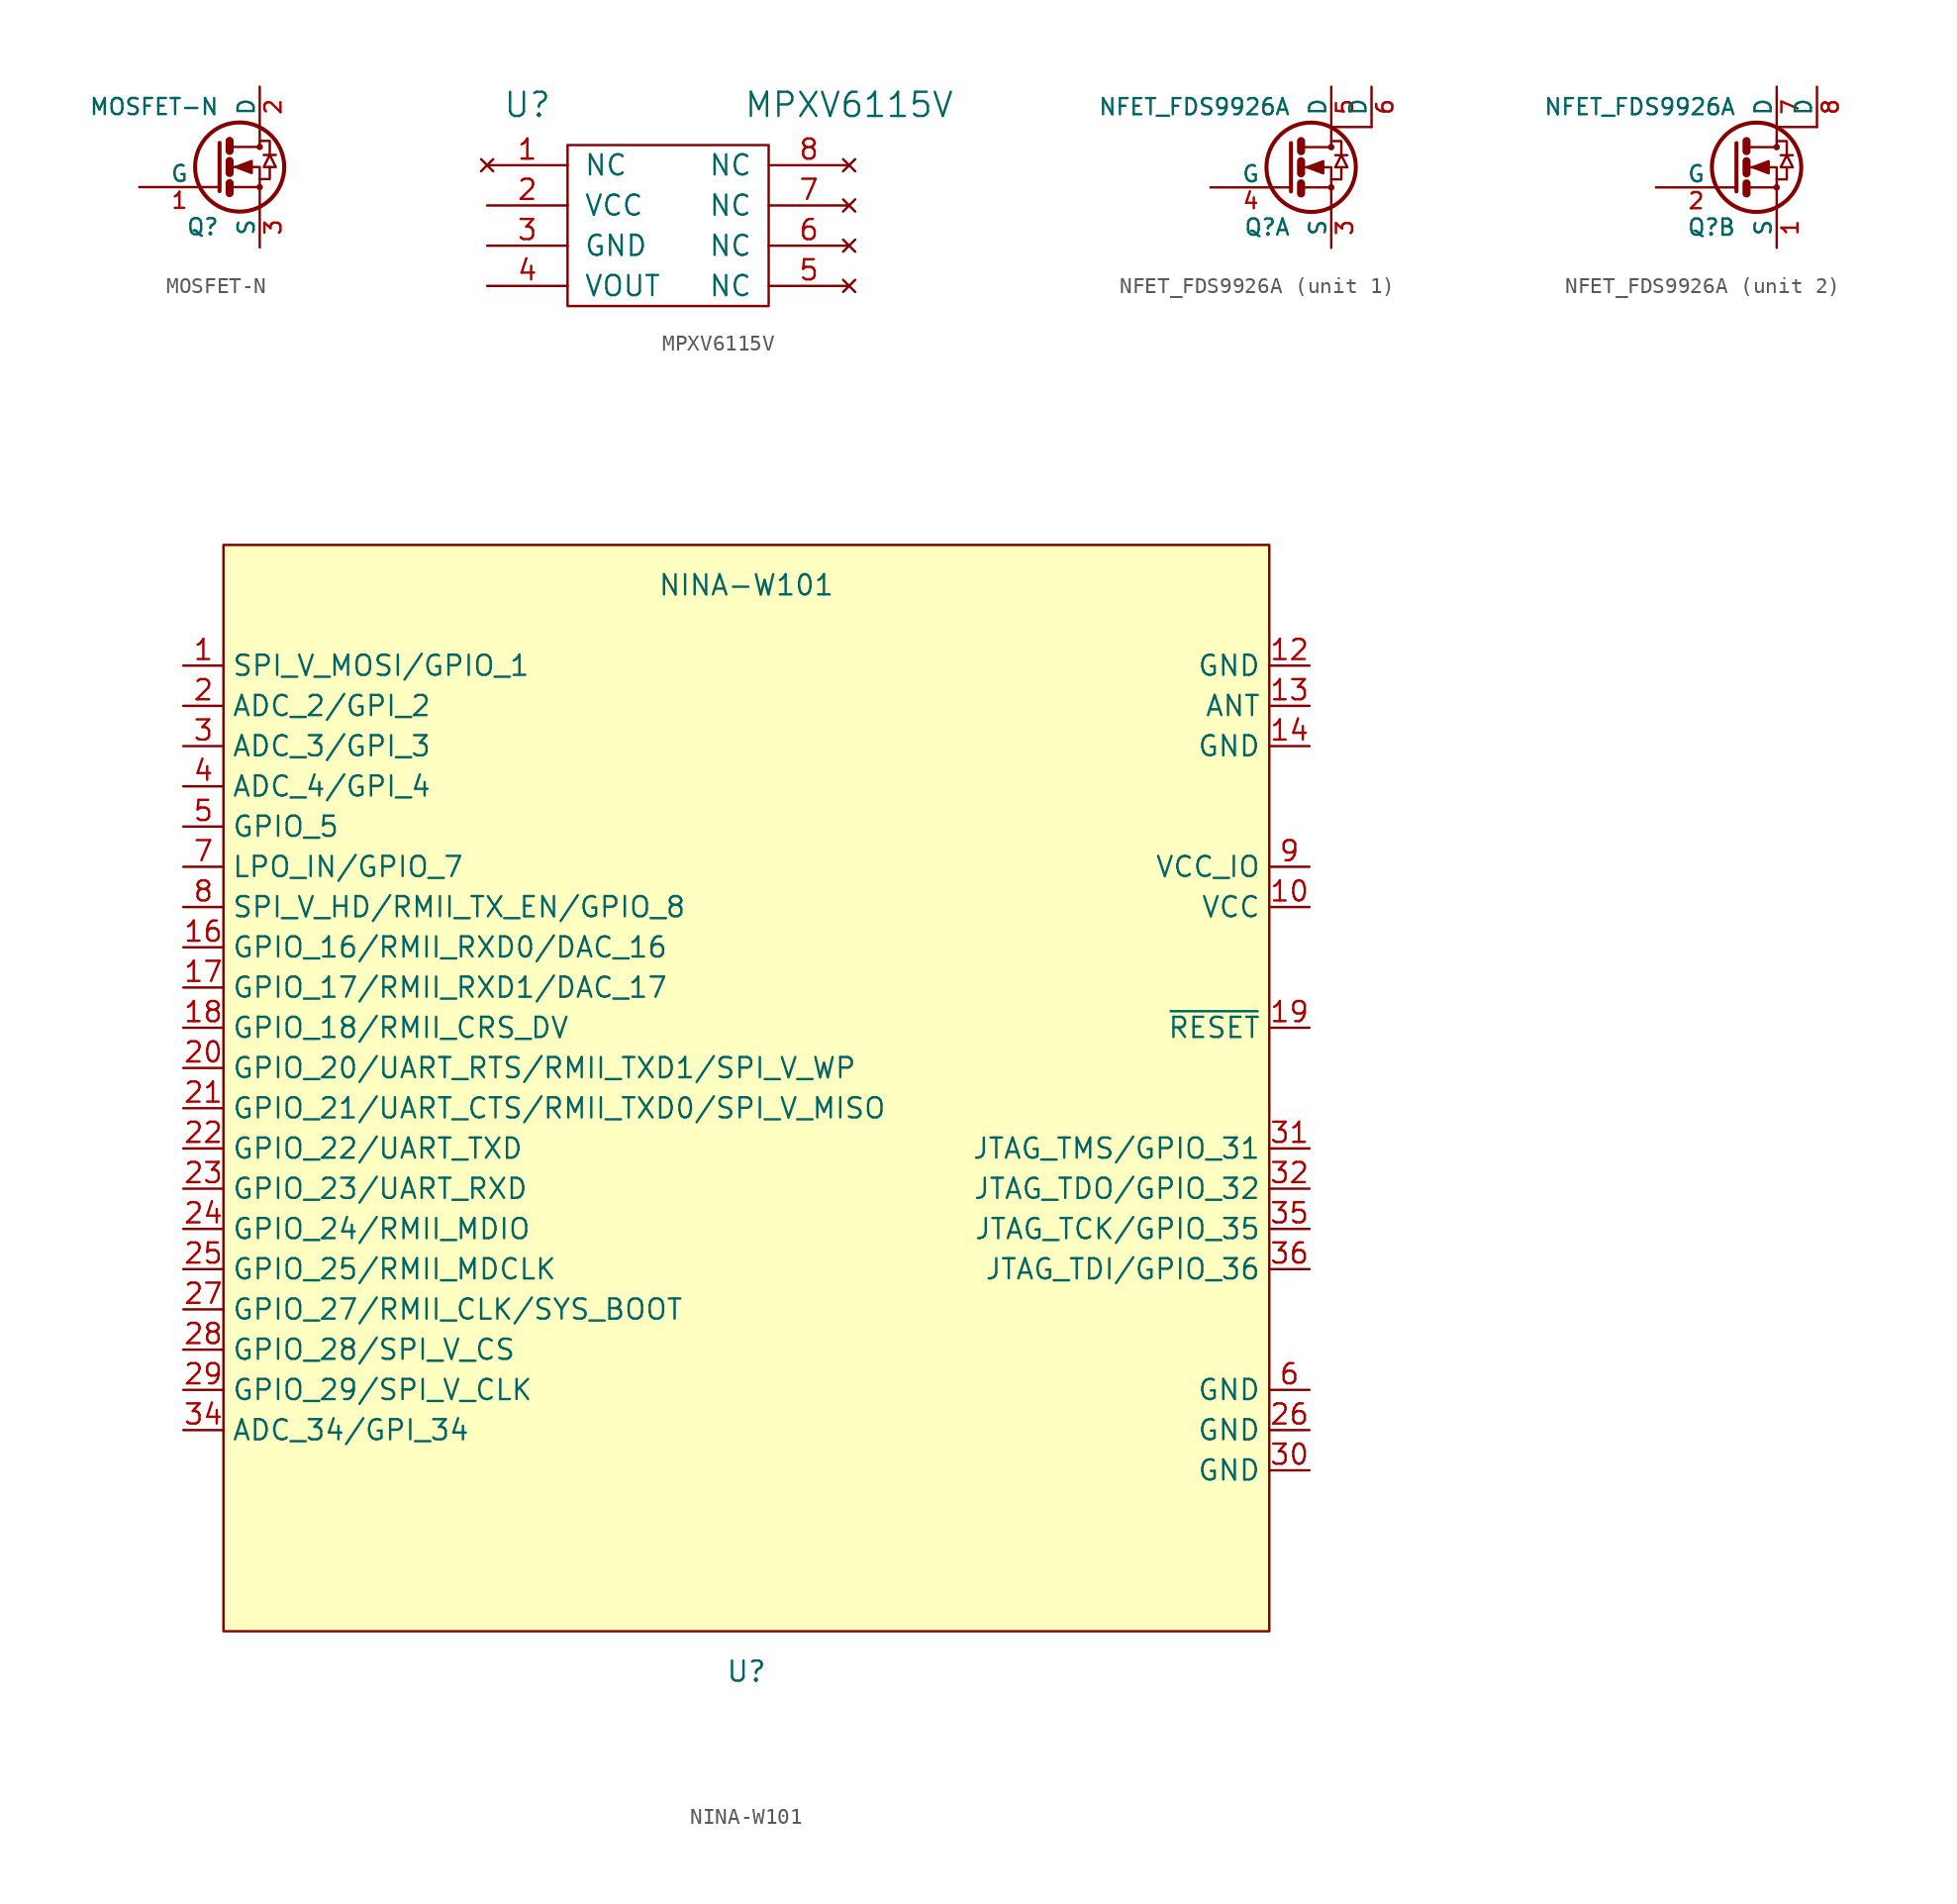
<source format=kicad_sym>
(kicad_symbol_lib
  (version 20211014)
  (generator kicad_symbol_editor)
  (symbol "MOSFET-N"
    (pin_names
      (offset 0))
    (property "Reference" "Q"
      (at 0 -3.785 0)
      (effects (font (size 1.016 1.016)) (justify right)))
    (property "Value" "MOSFET-N"
      (at 0 3.81 0)
      (effects (font (size 1.016 1.016)) (justify right)))
    (property "Footprint" ""
      (at 7.62 3.81 0)
      (effects (font (size 1.524 1.524))))
    (property "Datasheet" ""
      (at 7.62 3.81 0)
      (effects (font (size 1.524 1.524))))
    (symbol "MOSFET-N_0_1"
      (polyline (pts (xy 0.635 -1.016) (xy 0.635 -1.651)) (stroke (width 0.508) (type default) (color 0 0 0 0)) (fill (type none)))
      (polyline (pts (xy 0.635 0.381) (xy 0.635 -0.381)) (stroke (width 0.508) (type default) (color 0 0 0 0)) (fill (type none)))
      (polyline (pts (xy 0.635 1.651) (xy 0.635 1.016)) (stroke (width 0.508) (type default) (color 0 0 0 0)) (fill (type none)))
      (polyline (pts (xy 2.794 0.762) (xy 3.556 0.762)) (stroke (width 0) (type default) (color 0 0 0 0)) (fill (type none)))
      (polyline (pts (xy 0 1.524) (xy 0 -1.524) (xy 0 -1.524)) (stroke (width 0.254) (type default) (color 0 0 0 0)) (fill (type none)))
      (polyline (pts (xy 2.54 -0.762) (xy 3.175 -0.762) (xy 3.175 0)) (stroke (width 0) (type default) (color 0 0 0 0)) (fill (type none)))
      (polyline (pts (xy 3.175 0.762) (xy 3.175 1.651) (xy 2.54 1.651)) (stroke (width 0) (type default) (color 0 0 0 0)) (fill (type none)))
      (polyline (pts (xy 0.762 -1.27) (xy 2.54 -1.27) (xy 2.54 -2.54) (xy 2.54 -2.54)) (stroke (width 0) (type default) (color 0 0 0 0)) (fill (type none)))
      (polyline (pts (xy 0.762 1.27) (xy 2.54 1.27) (xy 2.54 2.54) (xy 2.54 2.54)) (stroke (width 0) (type default) (color 0 0 0 0)) (fill (type none)))
      (polyline (pts (xy 3.175 0.762) (xy 2.794 0) (xy 3.556 0) (xy 3.175 0.762)) (stroke (width 0) (type default) (color 0 0 0 0)) (fill (type none)))
      (polyline (pts (xy 0.762 0) (xy 1.27 0) (xy 2.54 0) (xy 2.54 -1.27) (xy 2.54 -1.27)) (stroke (width 0) (type default) (color 0 0 0 0)) (fill (type none)))
      (polyline (pts (xy 1.016 0) (xy 2.032 0.381) (xy 2.032 -0.381) (xy 1.016 0) (xy 2.032 0)) (stroke (width 0) (type default) (color 0 0 0 0)) (fill (type outline)))
      (circle (center 1.27 0) (radius 2.819) (stroke (width 0.254) (type default) (color 0 0 0 0)) (fill (type none)))
      (circle (center 2.54 -1.27) (radius 0.127) (stroke (width 0) (type default) (color 0 0 0 0)) (fill (type none)))
      (circle (center 2.54 1.27) (radius 0.127) (stroke (width 0) (type default) (color 0 0 0 0)) (fill (type none))))
    (symbol "MOSFET-N_1_1"
      (pin input line (at -5.08 -1.27 0) (length 5.08) (name "G" (effects (font (size 1.016 1.016)))) (number "1" (effects (font (size 1.016 1.016)))))
      (pin passive line (at 2.54 5.08 270) (length 2.54) (name "D" (effects (font (size 1.016 1.016)))) (number "2" (effects (font (size 1.016 1.016)))))
      (pin passive line (at 2.54 -5.08 90) (length 2.54) (name "S" (effects (font (size 1.016 1.016)))) (number "3" (effects (font (size 1.016 1.016)))))))
  (symbol "MPXV6115V"
    (pin_names
      (offset 1.016))
    (property "Reference" "U"
      (at -8.89 7.62 0)
      (effects (font (size 1.524 1.524))))
    (property "Value" "MPXV6115V"
      (at 11.43 7.62 0)
      (effects (font (size 1.524 1.524))))
    (property "Footprint" ""
      (at -2.54 0 0)
      (effects (font (size 1.524 1.524))))
    (property "Datasheet" ""
      (at -2.54 0 0)
      (effects (font (size 1.524 1.524))))
    (symbol "MPXV6115V_0_1"
      (rectangle (start -6.35 -5.08) (end 6.35 5.08) (stroke (width 0) (type default) (color 0 0 0 0)) (fill (type none))))
    (symbol "MPXV6115V_1_1"
      (pin no_connect line (at -11.43 3.81 0) (length 5.08) (name "NC" (effects (font (size 1.27 1.27)))) (number "1" (effects (font (size 1.27 1.27)))))
      (pin input line (at -11.43 1.27 0) (length 5.08) (name "VCC" (effects (font (size 1.27 1.27)))) (number "2" (effects (font (size 1.27 1.27)))))
      (pin input line (at -11.43 -1.27 0) (length 5.08) (name "GND" (effects (font (size 1.27 1.27)))) (number "3" (effects (font (size 1.27 1.27)))))
      (pin input line (at -11.43 -3.81 0) (length 5.08) (name "VOUT" (effects (font (size 1.27 1.27)))) (number "4" (effects (font (size 1.27 1.27)))))
      (pin no_connect line (at 11.43 -3.81 180) (length 5.08) (name "NC" (effects (font (size 1.27 1.27)))) (number "5" (effects (font (size 1.27 1.27)))))
      (pin no_connect line (at 11.43 -1.27 180) (length 5.08) (name "NC" (effects (font (size 1.27 1.27)))) (number "6" (effects (font (size 1.27 1.27)))))
      (pin no_connect line (at 11.43 1.27 180) (length 5.08) (name "NC" (effects (font (size 1.27 1.27)))) (number "7" (effects (font (size 1.27 1.27)))))
      (pin no_connect line (at 11.43 3.81 180) (length 5.08) (name "NC" (effects (font (size 1.27 1.27)))) (number "8" (effects (font (size 1.27 1.27)))))))
  (symbol "NFET_FDS9926A"
    (pin_names
      (offset 0))
    (property "Reference" "Q"
      (at 0 -3.785 0)
      (effects (font (size 1.016 1.016)) (justify right)))
    (property "Value" "NFET_FDS9926A"
      (at 0 3.81 0)
      (effects (font (size 1.016 1.016)) (justify right)))
    (property "Footprint" ""
      (at 7.62 3.81 0)
      (effects (font (size 1.524 1.524))))
    (property "Datasheet" ""
      (at 7.62 3.81 0)
      (effects (font (size 1.524 1.524))))
    (property "ki_locked" ""
      (at 0 0 0)
      (effects (font (size 1.27 1.27))))
    (symbol "NFET_FDS9926A_0_1"
      (polyline (pts (xy 0.635 -1.016) (xy 0.635 -1.651)) (stroke (width 0.508) (type default) (color 0 0 0 0)) (fill (type none)))
      (polyline (pts (xy 0.635 0.381) (xy 0.635 -0.381)) (stroke (width 0.508) (type default) (color 0 0 0 0)) (fill (type none)))
      (polyline (pts (xy 0.635 1.651) (xy 0.635 1.016)) (stroke (width 0.508) (type default) (color 0 0 0 0)) (fill (type none)))
      (polyline (pts (xy 2.794 0.762) (xy 3.556 0.762)) (stroke (width 0) (type default) (color 0 0 0 0)) (fill (type none)))
      (polyline (pts (xy 5.08 2.54) (xy 2.54 2.54)) (stroke (width 0) (type default) (color 0 0 0 0)) (fill (type none)))
      (polyline (pts (xy 0 1.524) (xy 0 -1.524) (xy 0 -1.524)) (stroke (width 0.254) (type default) (color 0 0 0 0)) (fill (type none)))
      (polyline (pts (xy 2.54 -0.762) (xy 3.175 -0.762) (xy 3.175 0)) (stroke (width 0) (type default) (color 0 0 0 0)) (fill (type none)))
      (polyline (pts (xy 3.175 0.762) (xy 3.175 1.651) (xy 2.54 1.651)) (stroke (width 0) (type default) (color 0 0 0 0)) (fill (type none)))
      (polyline (pts (xy 0.762 -1.27) (xy 2.54 -1.27) (xy 2.54 -2.54) (xy 2.54 -2.54)) (stroke (width 0) (type default) (color 0 0 0 0)) (fill (type none)))
      (polyline (pts (xy 0.762 1.27) (xy 2.54 1.27) (xy 2.54 2.54) (xy 2.54 2.54)) (stroke (width 0) (type default) (color 0 0 0 0)) (fill (type none)))
      (polyline (pts (xy 3.175 0.762) (xy 2.794 0) (xy 3.556 0) (xy 3.175 0.762)) (stroke (width 0) (type default) (color 0 0 0 0)) (fill (type none)))
      (polyline (pts (xy 0.762 0) (xy 1.27 0) (xy 2.54 0) (xy 2.54 -1.27) (xy 2.54 -1.27)) (stroke (width 0) (type default) (color 0 0 0 0)) (fill (type none)))
      (polyline (pts (xy 1.016 0) (xy 2.032 0.381) (xy 2.032 -0.381) (xy 1.016 0) (xy 2.032 0)) (stroke (width 0) (type default) (color 0 0 0 0)) (fill (type outline)))
      (circle (center 1.27 0) (radius 2.819) (stroke (width 0.254) (type default) (color 0 0 0 0)) (fill (type none)))
      (circle (center 2.54 -1.27) (radius 0.127) (stroke (width 0) (type default) (color 0 0 0 0)) (fill (type none)))
      (circle (center 2.54 1.27) (radius 0.127) (stroke (width 0) (type default) (color 0 0 0 0)) (fill (type none))))
    (symbol "NFET_FDS9926A_1_1"
      (pin passive line (at 2.54 -5.08 90) (length 2.54) (name "S" (effects (font (size 1.016 1.016)))) (number "3" (effects (font (size 1.016 1.016)))))
      (pin input line (at -5.08 -1.27 0) (length 5.08) (name "G" (effects (font (size 1.016 1.016)))) (number "4" (effects (font (size 1.016 1.016)))))
      (pin passive line (at 2.54 5.08 270) (length 2.54) (name "D" (effects (font (size 1.016 1.016)))) (number "5" (effects (font (size 1.016 1.016)))))
      (pin passive line (at 5.08 5.08 270) (length 2.54) (name "D" (effects (font (size 1.016 1.016)))) (number "6" (effects (font (size 1.016 1.016))))))
    (symbol "NFET_FDS9926A_2_1"
      (pin passive line (at 2.54 -5.08 90) (length 2.54) (name "S" (effects (font (size 1.016 1.016)))) (number "1" (effects (font (size 1.016 1.016)))))
      (pin input line (at -5.08 -1.27 0) (length 5.08) (name "G" (effects (font (size 1.016 1.016)))) (number "2" (effects (font (size 1.016 1.016)))))
      (pin passive line (at 2.54 5.08 270) (length 2.54) (name "D" (effects (font (size 1.016 1.016)))) (number "7" (effects (font (size 1.016 1.016)))))
      (pin passive line (at 5.08 5.08 270) (length 2.54) (name "D" (effects (font (size 1.016 1.016)))) (number "8" (effects (font (size 1.016 1.016)))))))
  (symbol "NINA-W101"
    (property "Reference" "U"
      (at 0 -63.5 0)
      (effects (font (size 1.27 1.27))))
    (property "Value" "NINA-W101"
      (at 0 5.08 0)
      (effects (font (size 1.27 1.27))))
    (symbol "NINA-W101_0_1"
      (rectangle (start -33.02 7.62) (end 33.02 -60.96) (stroke (width 0) (type default) (color 0 0 0 0)) (fill (type background))))
    (symbol "NINA-W101_1_1"
      (pin bidirectional line (at -35.56 0 0) (length 2.54) (name "SPI_V_MOSI/GPIO_1" (effects (font (size 1.27 1.27)))) (number "1" (effects (font (size 1.27 1.27)))))
      (pin power_in line (at 35.56 -15.24 180) (length 2.54) (name "VCC" (effects (font (size 1.27 1.27)))) (number "10" (effects (font (size 1.27 1.27)))))
      (pin no_connect line (at -35.56 -50.8 0) (length 2.54) hide (name "RSVD" (effects (font (size 1.27 1.27)))) (number "11" (effects (font (size 1.27 1.27)))))
      (pin power_in line (at 35.56 0 180) (length 2.54) (name "GND" (effects (font (size 1.27 1.27)))) (number "12" (effects (font (size 1.27 1.27)))))
      (pin bidirectional line (at 35.56 -2.54 180) (length 2.54) (name "ANT" (effects (font (size 1.27 1.27)))) (number "13" (effects (font (size 1.27 1.27)))))
      (pin power_in line (at 35.56 -5.08 180) (length 2.54) (name "GND" (effects (font (size 1.27 1.27)))) (number "14" (effects (font (size 1.27 1.27)))))
      (pin no_connect line (at -35.56 -53.34 0) (length 2.54) hide (name "RSVD" (effects (font (size 1.27 1.27)))) (number "15" (effects (font (size 1.27 1.27)))))
      (pin bidirectional line (at -35.56 -17.78 0) (length 2.54) (name "GPIO_16/RMII_RXD0/DAC_16" (effects (font (size 1.27 1.27)))) (number "16" (effects (font (size 1.27 1.27)))))
      (pin bidirectional line (at -35.56 -20.32 0) (length 2.54) (name "GPIO_17/RMII_RXD1/DAC_17" (effects (font (size 1.27 1.27)))) (number "17" (effects (font (size 1.27 1.27)))))
      (pin bidirectional line (at -35.56 -22.86 0) (length 2.54) (name "GPIO_18/RMII_CRS_DV" (effects (font (size 1.27 1.27)))) (number "18" (effects (font (size 1.27 1.27)))))
      (pin input line (at 35.56 -22.86 180) (length 2.54) (name "~{RESET}" (effects (font (size 1.27 1.27)))) (number "19" (effects (font (size 1.27 1.27)))))
      (pin input line (at -35.56 -2.54 0) (length 2.54) (name "ADC_2/GPI_2" (effects (font (size 1.27 1.27)))) (number "2" (effects (font (size 1.27 1.27)))))
      (pin bidirectional line (at -35.56 -25.4 0) (length 2.54) (name "GPIO_20/UART_RTS/RMII_TXD1/SPI_V_WP" (effects (font (size 1.27 1.27)))) (number "20" (effects (font (size 1.27 1.27)))))
      (pin bidirectional line (at -35.56 -27.94 0) (length 2.54) (name "GPIO_21/UART_CTS/RMII_TXD0/SPI_V_MISO" (effects (font (size 1.27 1.27)))) (number "21" (effects (font (size 1.27 1.27)))))
      (pin bidirectional line (at -35.56 -30.48 0) (length 2.54) (name "GPIO_22/UART_TXD" (effects (font (size 1.27 1.27)))) (number "22" (effects (font (size 1.27 1.27)))))
      (pin bidirectional line (at -35.56 -33.02 0) (length 2.54) (name "GPIO_23/UART_RXD" (effects (font (size 1.27 1.27)))) (number "23" (effects (font (size 1.27 1.27)))))
      (pin bidirectional line (at -35.56 -35.56 0) (length 2.54) (name "GPIO_24/RMII_MDIO" (effects (font (size 1.27 1.27)))) (number "24" (effects (font (size 1.27 1.27)))))
      (pin bidirectional line (at -35.56 -38.1 0) (length 2.54) (name "GPIO_25/RMII_MDCLK" (effects (font (size 1.27 1.27)))) (number "25" (effects (font (size 1.27 1.27)))))
      (pin power_in line (at 35.56 -48.26 180) (length 2.54) (name "GND" (effects (font (size 1.27 1.27)))) (number "26" (effects (font (size 1.27 1.27)))))
      (pin bidirectional line (at -35.56 -40.64 0) (length 2.54) (name "GPIO_27/RMII_CLK/SYS_BOOT" (effects (font (size 1.27 1.27)))) (number "27" (effects (font (size 1.27 1.27)))))
      (pin bidirectional line (at -35.56 -43.18 0) (length 2.54) (name "GPIO_28/SPI_V_CS" (effects (font (size 1.27 1.27)))) (number "28" (effects (font (size 1.27 1.27)))))
      (pin bidirectional line (at -35.56 -45.72 0) (length 2.54) (name "GPIO_29/SPI_V_CLK" (effects (font (size 1.27 1.27)))) (number "29" (effects (font (size 1.27 1.27)))))
      (pin input line (at -35.56 -5.08 0) (length 2.54) (name "ADC_3/GPI_3" (effects (font (size 1.27 1.27)))) (number "3" (effects (font (size 1.27 1.27)))))
      (pin power_in line (at 35.56 -50.8 180) (length 2.54) (name "GND" (effects (font (size 1.27 1.27)))) (number "30" (effects (font (size 1.27 1.27)))))
      (pin bidirectional line (at 35.56 -30.48 180) (length 2.54) (name "JTAG_TMS/GPIO_31" (effects (font (size 1.27 1.27)))) (number "31" (effects (font (size 1.27 1.27)))))
      (pin bidirectional line (at 35.56 -33.02 180) (length 2.54) (name "JTAG_TDO/GPIO_32" (effects (font (size 1.27 1.27)))) (number "32" (effects (font (size 1.27 1.27)))))
      (pin no_connect line (at -35.56 -55.88 0) (length 2.54) hide (name "RSVD" (effects (font (size 1.27 1.27)))) (number "33" (effects (font (size 1.27 1.27)))))
      (pin input line (at -35.56 -48.26 0) (length 2.54) (name "ADC_34/GPI_34" (effects (font (size 1.27 1.27)))) (number "34" (effects (font (size 1.27 1.27)))))
      (pin bidirectional line (at 35.56 -35.56 180) (length 2.54) (name "JTAG_TCK/GPIO_35" (effects (font (size 1.27 1.27)))) (number "35" (effects (font (size 1.27 1.27)))))
      (pin bidirectional line (at 35.56 -38.1 180) (length 2.54) (name "JTAG_TDI/GPIO_36" (effects (font (size 1.27 1.27)))) (number "36" (effects (font (size 1.27 1.27)))))
      (pin input line (at -35.56 -7.62 0) (length 2.54) (name "ADC_4/GPI_4" (effects (font (size 1.27 1.27)))) (number "4" (effects (font (size 1.27 1.27)))))
      (pin bidirectional line (at -35.56 -10.16 0) (length 2.54) (name "GPIO_5" (effects (font (size 1.27 1.27)))) (number "5" (effects (font (size 1.27 1.27)))))
      (pin power_in line (at 35.56 -45.72 180) (length 2.54) (name "GND" (effects (font (size 1.27 1.27)))) (number "6" (effects (font (size 1.27 1.27)))))
      (pin bidirectional line (at -35.56 -12.7 0) (length 2.54) (name "LPO_IN/GPIO_7" (effects (font (size 1.27 1.27)))) (number "7" (effects (font (size 1.27 1.27)))))
      (pin bidirectional line (at -35.56 -15.24 0) (length 2.54) (name "SPI_V_HD/RMII_TX_EN/GPIO_8" (effects (font (size 1.27 1.27)))) (number "8" (effects (font (size 1.27 1.27)))))
      (pin power_in line (at 35.56 -12.7 180) (length 2.54) (name "VCC_IO" (effects (font (size 1.27 1.27)))) (number "9" (effects (font (size 1.27 1.27))))))))
</source>
